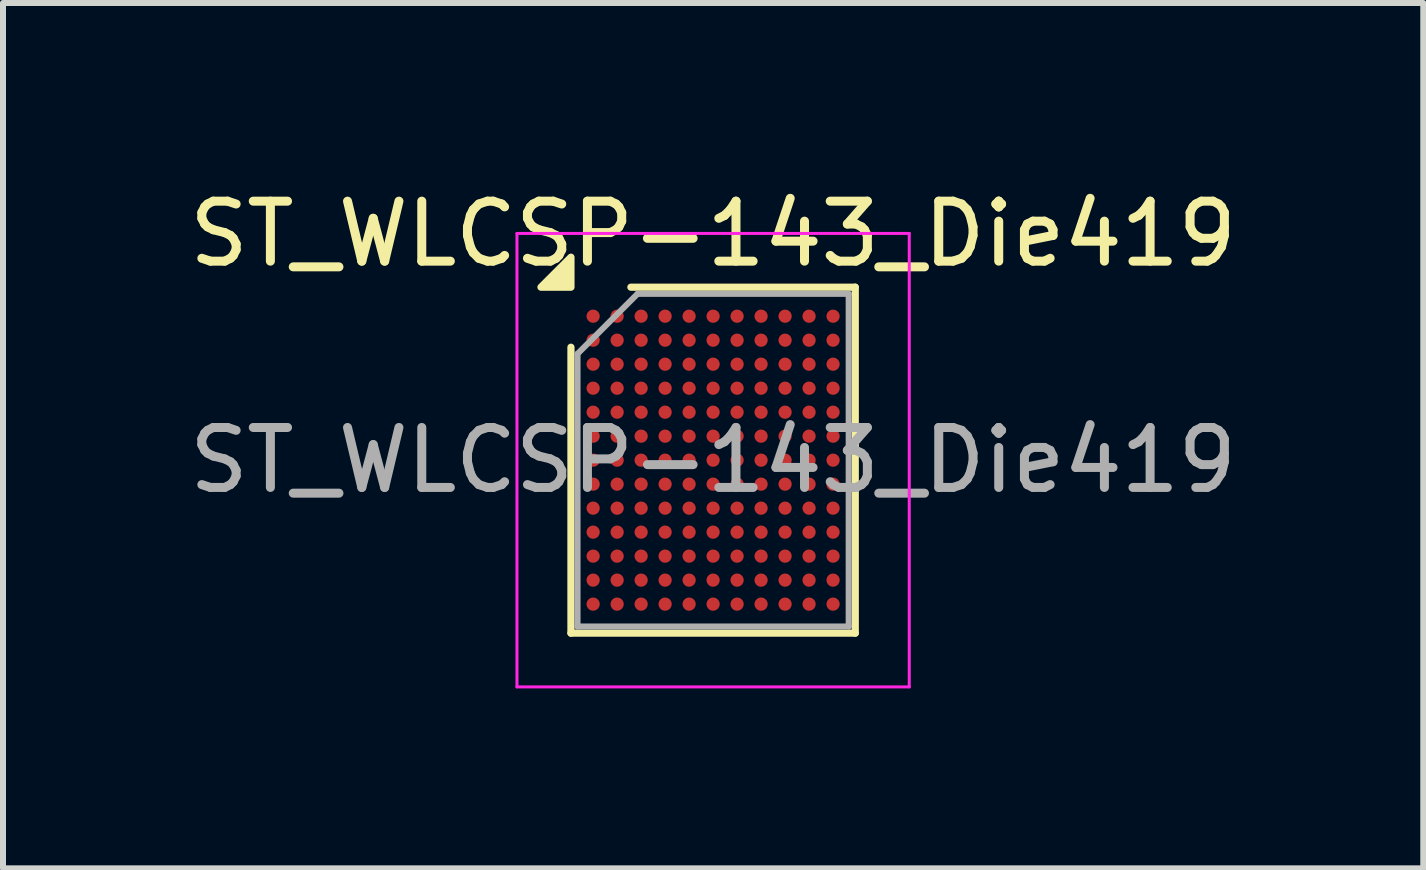
<source format=kicad_pcb>
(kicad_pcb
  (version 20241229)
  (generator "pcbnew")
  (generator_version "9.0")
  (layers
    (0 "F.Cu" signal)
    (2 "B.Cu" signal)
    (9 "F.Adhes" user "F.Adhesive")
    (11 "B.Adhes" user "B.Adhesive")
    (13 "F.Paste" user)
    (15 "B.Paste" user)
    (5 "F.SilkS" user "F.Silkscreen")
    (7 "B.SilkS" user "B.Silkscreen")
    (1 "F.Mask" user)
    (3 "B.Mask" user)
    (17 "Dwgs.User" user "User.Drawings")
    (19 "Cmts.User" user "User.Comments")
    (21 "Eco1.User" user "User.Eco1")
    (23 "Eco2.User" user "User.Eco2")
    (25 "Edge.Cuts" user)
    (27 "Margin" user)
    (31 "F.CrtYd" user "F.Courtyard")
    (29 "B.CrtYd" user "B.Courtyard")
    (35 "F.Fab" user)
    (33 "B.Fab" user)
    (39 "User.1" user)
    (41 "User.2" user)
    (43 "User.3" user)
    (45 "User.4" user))
  (footprint "ST_WLCSP-143_Die419"
    (layer "F.Cu")
    (at 8.839 4.622)
    (property "Reference" "ST_WLCSP-143_Die419" (at 0 -3.773 0) (layer "F.SilkS") (effects (font (size 1 1) (thickness 0.15))))
    (attr smd)
    (fp_line (start -2.37 2.884) (end -2.37 -1.883) (stroke (width 0.12) (type solid)) (layer "F.SilkS"))
    (fp_line (start -1.371 -2.884) (end 2.37 -2.884) (stroke (width 0.12) (type solid)) (layer "F.SilkS"))
    (fp_line (start 2.37 -2.884) (end 2.37 2.884) (stroke (width 0.12) (type solid)) (layer "F.SilkS"))
    (fp_line (start 2.37 2.884) (end -2.37 2.884) (stroke (width 0.12) (type solid)) (layer "F.SilkS"))
    (fp_poly (pts (xy -2.37 -2.884) (xy -2.87 -2.884) (xy -2.37 -3.384)) (stroke (width 0.12) (type solid)) (fill yes) (layer "F.SilkS"))
    (fp_line (start -3.27 -3.78) (end -3.27 3.78) (stroke (width 0.05) (type solid)) (layer "F.CrtYd"))
    (fp_line (start -3.27 3.78) (end 3.27 3.78) (stroke (width 0.05) (type solid)) (layer "F.CrtYd"))
    (fp_line (start 3.27 -3.78) (end -3.27 -3.78) (stroke (width 0.05) (type solid)) (layer "F.CrtYd"))
    (fp_line (start 3.27 3.78) (end 3.27 -3.78) (stroke (width 0.05) (type solid)) (layer "F.CrtYd"))
    (fp_line (start -2.26 -1.774) (end -1.26 -2.773) (stroke (width 0.1) (type solid)) (layer "F.Fab"))
    (fp_line (start -2.26 2.773) (end -2.26 -1.774) (stroke (width 0.1) (type solid)) (layer "F.Fab"))
    (fp_line (start -1.26 -2.773) (end 2.26 -2.773) (stroke (width 0.1) (type solid)) (layer "F.Fab"))
    (fp_line (start 2.26 -2.773) (end 2.26 2.773) (stroke (width 0.1) (type solid)) (layer "F.Fab"))
    (fp_line (start 2.26 2.773) (end -2.26 2.773) (stroke (width 0.1) (type solid)) (layer "F.Fab"))
    (fp_text user "${REFERENCE}" (at 0 0 0) (layer "F.Fab") (effects (font (size 1 1) (thickness 0.15))))
    (pad "A1" smd circle (at -2 -2.4) (size 0.22 0.22) (property pad_prop_bga) (layers "F.Cu" "F.Mask" "F.Paste"))
    (pad "A2" smd circle (at -1.6 -2.4) (size 0.22 0.22) (property pad_prop_bga) (layers "F.Cu" "F.Mask" "F.Paste"))
    (pad "A3" smd circle (at -1.2 -2.4) (size 0.22 0.22) (property pad_prop_bga) (layers "F.Cu" "F.Mask" "F.Paste"))
    (pad "A4" smd circle (at -0.8 -2.4) (size 0.22 0.22) (property pad_prop_bga) (layers "F.Cu" "F.Mask" "F.Paste"))
    (pad "A5" smd circle (at -0.4 -2.4) (size 0.22 0.22) (property pad_prop_bga) (layers "F.Cu" "F.Mask" "F.Paste"))
    (pad "A6" smd circle (at 0 -2.4) (size 0.22 0.22) (property pad_prop_bga) (layers "F.Cu" "F.Mask" "F.Paste"))
    (pad "A7" smd circle (at 0.4 -2.4) (size 0.22 0.22) (property pad_prop_bga) (layers "F.Cu" "F.Mask" "F.Paste"))
    (pad "A8" smd circle (at 0.8 -2.4) (size 0.22 0.22) (property pad_prop_bga) (layers "F.Cu" "F.Mask" "F.Paste"))
    (pad "A9" smd circle (at 1.2 -2.4) (size 0.22 0.22) (property pad_prop_bga) (layers "F.Cu" "F.Mask" "F.Paste"))
    (pad "A10" smd circle (at 1.6 -2.4) (size 0.22 0.22) (property pad_prop_bga) (layers "F.Cu" "F.Mask" "F.Paste"))
    (pad "A11" smd circle (at 2 -2.4) (size 0.22 0.22) (property pad_prop_bga) (layers "F.Cu" "F.Mask" "F.Paste"))
    (pad "B1" smd circle (at -2 -2) (size 0.22 0.22) (property pad_prop_bga) (layers "F.Cu" "F.Mask" "F.Paste"))
    (pad "B2" smd circle (at -1.6 -2) (size 0.22 0.22) (property pad_prop_bga) (layers "F.Cu" "F.Mask" "F.Paste"))
    (pad "B3" smd circle (at -1.2 -2) (size 0.22 0.22) (property pad_prop_bga) (layers "F.Cu" "F.Mask" "F.Paste"))
    (pad "B4" smd circle (at -0.8 -2) (size 0.22 0.22) (property pad_prop_bga) (layers "F.Cu" "F.Mask" "F.Paste"))
    (pad "B5" smd circle (at -0.4 -2) (size 0.22 0.22) (property pad_prop_bga) (layers "F.Cu" "F.Mask" "F.Paste"))
    (pad "B6" smd circle (at 0 -2) (size 0.22 0.22) (property pad_prop_bga) (layers "F.Cu" "F.Mask" "F.Paste"))
    (pad "B7" smd circle (at 0.4 -2) (size 0.22 0.22) (property pad_prop_bga) (layers "F.Cu" "F.Mask" "F.Paste"))
    (pad "B8" smd circle (at 0.8 -2) (size 0.22 0.22) (property pad_prop_bga) (layers "F.Cu" "F.Mask" "F.Paste"))
    (pad "B9" smd circle (at 1.2 -2) (size 0.22 0.22) (property pad_prop_bga) (layers "F.Cu" "F.Mask" "F.Paste"))
    (pad "B10" smd circle (at 1.6 -2) (size 0.22 0.22) (property pad_prop_bga) (layers "F.Cu" "F.Mask" "F.Paste"))
    (pad "B11" smd circle (at 2 -2) (size 0.22 0.22) (property pad_prop_bga) (layers "F.Cu" "F.Mask" "F.Paste"))
    (pad "C1" smd circle (at -2 -1.6) (size 0.22 0.22) (property pad_prop_bga) (layers "F.Cu" "F.Mask" "F.Paste"))
    (pad "C2" smd circle (at -1.6 -1.6) (size 0.22 0.22) (property pad_prop_bga) (layers "F.Cu" "F.Mask" "F.Paste"))
    (pad "C3" smd circle (at -1.2 -1.6) (size 0.22 0.22) (property pad_prop_bga) (layers "F.Cu" "F.Mask" "F.Paste"))
    (pad "C4" smd circle (at -0.8 -1.6) (size 0.22 0.22) (property pad_prop_bga) (layers "F.Cu" "F.Mask" "F.Paste"))
    (pad "C5" smd circle (at -0.4 -1.6) (size 0.22 0.22) (property pad_prop_bga) (layers "F.Cu" "F.Mask" "F.Paste"))
    (pad "C6" smd circle (at 0 -1.6) (size 0.22 0.22) (property pad_prop_bga) (layers "F.Cu" "F.Mask" "F.Paste"))
    (pad "C7" smd circle (at 0.4 -1.6) (size 0.22 0.22) (property pad_prop_bga) (layers "F.Cu" "F.Mask" "F.Paste"))
    (pad "C8" smd circle (at 0.8 -1.6) (size 0.22 0.22) (property pad_prop_bga) (layers "F.Cu" "F.Mask" "F.Paste"))
    (pad "C9" smd circle (at 1.2 -1.6) (size 0.22 0.22) (property pad_prop_bga) (layers "F.Cu" "F.Mask" "F.Paste"))
    (pad "C10" smd circle (at 1.6 -1.6) (size 0.22 0.22) (property pad_prop_bga) (layers "F.Cu" "F.Mask" "F.Paste"))
    (pad "C11" smd circle (at 2 -1.6) (size 0.22 0.22) (property pad_prop_bga) (layers "F.Cu" "F.Mask" "F.Paste"))
    (pad "D1" smd circle (at -2 -1.2) (size 0.22 0.22) (property pad_prop_bga) (layers "F.Cu" "F.Mask" "F.Paste"))
    (pad "D2" smd circle (at -1.6 -1.2) (size 0.22 0.22) (property pad_prop_bga) (layers "F.Cu" "F.Mask" "F.Paste"))
    (pad "D3" smd circle (at -1.2 -1.2) (size 0.22 0.22) (property pad_prop_bga) (layers "F.Cu" "F.Mask" "F.Paste"))
    (pad "D4" smd circle (at -0.8 -1.2) (size 0.22 0.22) (property pad_prop_bga) (layers "F.Cu" "F.Mask" "F.Paste"))
    (pad "D5" smd circle (at -0.4 -1.2) (size 0.22 0.22) (property pad_prop_bga) (layers "F.Cu" "F.Mask" "F.Paste"))
    (pad "D6" smd circle (at 0 -1.2) (size 0.22 0.22) (property pad_prop_bga) (layers "F.Cu" "F.Mask" "F.Paste"))
    (pad "D7" smd circle (at 0.4 -1.2) (size 0.22 0.22) (property pad_prop_bga) (layers "F.Cu" "F.Mask" "F.Paste"))
    (pad "D8" smd circle (at 0.8 -1.2) (size 0.22 0.22) (property pad_prop_bga) (layers "F.Cu" "F.Mask" "F.Paste"))
    (pad "D9" smd circle (at 1.2 -1.2) (size 0.22 0.22) (property pad_prop_bga) (layers "F.Cu" "F.Mask" "F.Paste"))
    (pad "D10" smd circle (at 1.6 -1.2) (size 0.22 0.22) (property pad_prop_bga) (layers "F.Cu" "F.Mask" "F.Paste"))
    (pad "D11" smd circle (at 2 -1.2) (size 0.22 0.22) (property pad_prop_bga) (layers "F.Cu" "F.Mask" "F.Paste"))
    (pad "E1" smd circle (at -2 -0.8) (size 0.22 0.22) (property pad_prop_bga) (layers "F.Cu" "F.Mask" "F.Paste"))
    (pad "E2" smd circle (at -1.6 -0.8) (size 0.22 0.22) (property pad_prop_bga) (layers "F.Cu" "F.Mask" "F.Paste"))
    (pad "E3" smd circle (at -1.2 -0.8) (size 0.22 0.22) (property pad_prop_bga) (layers "F.Cu" "F.Mask" "F.Paste"))
    (pad "E4" smd circle (at -0.8 -0.8) (size 0.22 0.22) (property pad_prop_bga) (layers "F.Cu" "F.Mask" "F.Paste"))
    (pad "E5" smd circle (at -0.4 -0.8) (size 0.22 0.22) (property pad_prop_bga) (layers "F.Cu" "F.Mask" "F.Paste"))
    (pad "E6" smd circle (at 0 -0.8) (size 0.22 0.22) (property pad_prop_bga) (layers "F.Cu" "F.Mask" "F.Paste"))
    (pad "E7" smd circle (at 0.4 -0.8) (size 0.22 0.22) (property pad_prop_bga) (layers "F.Cu" "F.Mask" "F.Paste"))
    (pad "E8" smd circle (at 0.8 -0.8) (size 0.22 0.22) (property pad_prop_bga) (layers "F.Cu" "F.Mask" "F.Paste"))
    (pad "E9" smd circle (at 1.2 -0.8) (size 0.22 0.22) (property pad_prop_bga) (layers "F.Cu" "F.Mask" "F.Paste"))
    (pad "E10" smd circle (at 1.6 -0.8) (size 0.22 0.22) (property pad_prop_bga) (layers "F.Cu" "F.Mask" "F.Paste"))
    (pad "E11" smd circle (at 2 -0.8) (size 0.22 0.22) (property pad_prop_bga) (layers "F.Cu" "F.Mask" "F.Paste"))
    (pad "F1" smd circle (at -2 -0.4) (size 0.22 0.22) (property pad_prop_bga) (layers "F.Cu" "F.Mask" "F.Paste"))
    (pad "F2" smd circle (at -1.6 -0.4) (size 0.22 0.22) (property pad_prop_bga) (layers "F.Cu" "F.Mask" "F.Paste"))
    (pad "F3" smd circle (at -1.2 -0.4) (size 0.22 0.22) (property pad_prop_bga) (layers "F.Cu" "F.Mask" "F.Paste"))
    (pad "F4" smd circle (at -0.8 -0.4) (size 0.22 0.22) (property pad_prop_bga) (layers "F.Cu" "F.Mask" "F.Paste"))
    (pad "F5" smd circle (at -0.4 -0.4) (size 0.22 0.22) (property pad_prop_bga) (layers "F.Cu" "F.Mask" "F.Paste"))
    (pad "F6" smd circle (at 0 -0.4) (size 0.22 0.22) (property pad_prop_bga) (layers "F.Cu" "F.Mask" "F.Paste"))
    (pad "F7" smd circle (at 0.4 -0.4) (size 0.22 0.22) (property pad_prop_bga) (layers "F.Cu" "F.Mask" "F.Paste"))
    (pad "F8" smd circle (at 0.8 -0.4) (size 0.22 0.22) (property pad_prop_bga) (layers "F.Cu" "F.Mask" "F.Paste"))
    (pad "F9" smd circle (at 1.2 -0.4) (size 0.22 0.22) (property pad_prop_bga) (layers "F.Cu" "F.Mask" "F.Paste"))
    (pad "F10" smd circle (at 1.6 -0.4) (size 0.22 0.22) (property pad_prop_bga) (layers "F.Cu" "F.Mask" "F.Paste"))
    (pad "F11" smd circle (at 2 -0.4) (size 0.22 0.22) (property pad_prop_bga) (layers "F.Cu" "F.Mask" "F.Paste"))
    (pad "G1" smd circle (at -2 0) (size 0.22 0.22) (property pad_prop_bga) (layers "F.Cu" "F.Mask" "F.Paste"))
    (pad "G2" smd circle (at -1.6 0) (size 0.22 0.22) (property pad_prop_bga) (layers "F.Cu" "F.Mask" "F.Paste"))
    (pad "G3" smd circle (at -1.2 0) (size 0.22 0.22) (property pad_prop_bga) (layers "F.Cu" "F.Mask" "F.Paste"))
    (pad "G4" smd circle (at -0.8 0) (size 0.22 0.22) (property pad_prop_bga) (layers "F.Cu" "F.Mask" "F.Paste"))
    (pad "G5" smd circle (at -0.4 0) (size 0.22 0.22) (property pad_prop_bga) (layers "F.Cu" "F.Mask" "F.Paste"))
    (pad "G6" smd circle (at 0 0) (size 0.22 0.22) (property pad_prop_bga) (layers "F.Cu" "F.Mask" "F.Paste"))
    (pad "G7" smd circle (at 0.4 0) (size 0.22 0.22) (property pad_prop_bga) (layers "F.Cu" "F.Mask" "F.Paste"))
    (pad "G8" smd circle (at 0.8 0) (size 0.22 0.22) (property pad_prop_bga) (layers "F.Cu" "F.Mask" "F.Paste"))
    (pad "G9" smd circle (at 1.2 0) (size 0.22 0.22) (property pad_prop_bga) (layers "F.Cu" "F.Mask" "F.Paste"))
    (pad "G10" smd circle (at 1.6 0) (size 0.22 0.22) (property pad_prop_bga) (layers "F.Cu" "F.Mask" "F.Paste"))
    (pad "G11" smd circle (at 2 0) (size 0.22 0.22) (property pad_prop_bga) (layers "F.Cu" "F.Mask" "F.Paste"))
    (pad "H1" smd circle (at -2 0.4) (size 0.22 0.22) (property pad_prop_bga) (layers "F.Cu" "F.Mask" "F.Paste"))
    (pad "H2" smd circle (at -1.6 0.4) (size 0.22 0.22) (property pad_prop_bga) (layers "F.Cu" "F.Mask" "F.Paste"))
    (pad "H3" smd circle (at -1.2 0.4) (size 0.22 0.22) (property pad_prop_bga) (layers "F.Cu" "F.Mask" "F.Paste"))
    (pad "H4" smd circle (at -0.8 0.4) (size 0.22 0.22) (property pad_prop_bga) (layers "F.Cu" "F.Mask" "F.Paste"))
    (pad "H5" smd circle (at -0.4 0.4) (size 0.22 0.22) (property pad_prop_bga) (layers "F.Cu" "F.Mask" "F.Paste"))
    (pad "H6" smd circle (at 0 0.4) (size 0.22 0.22) (property pad_prop_bga) (layers "F.Cu" "F.Mask" "F.Paste"))
    (pad "H7" smd circle (at 0.4 0.4) (size 0.22 0.22) (property pad_prop_bga) (layers "F.Cu" "F.Mask" "F.Paste"))
    (pad "H8" smd circle (at 0.8 0.4) (size 0.22 0.22) (property pad_prop_bga) (layers "F.Cu" "F.Mask" "F.Paste"))
    (pad "H9" smd circle (at 1.2 0.4) (size 0.22 0.22) (property pad_prop_bga) (layers "F.Cu" "F.Mask" "F.Paste"))
    (pad "H10" smd circle (at 1.6 0.4) (size 0.22 0.22) (property pad_prop_bga) (layers "F.Cu" "F.Mask" "F.Paste"))
    (pad "H11" smd circle (at 2 0.4) (size 0.22 0.22) (property pad_prop_bga) (layers "F.Cu" "F.Mask" "F.Paste"))
    (pad "J1" smd circle (at -2 0.8) (size 0.22 0.22) (property pad_prop_bga) (layers "F.Cu" "F.Mask" "F.Paste"))
    (pad "J2" smd circle (at -1.6 0.8) (size 0.22 0.22) (property pad_prop_bga) (layers "F.Cu" "F.Mask" "F.Paste"))
    (pad "J3" smd circle (at -1.2 0.8) (size 0.22 0.22) (property pad_prop_bga) (layers "F.Cu" "F.Mask" "F.Paste"))
    (pad "J4" smd circle (at -0.8 0.8) (size 0.22 0.22) (property pad_prop_bga) (layers "F.Cu" "F.Mask" "F.Paste"))
    (pad "J5" smd circle (at -0.4 0.8) (size 0.22 0.22) (property pad_prop_bga) (layers "F.Cu" "F.Mask" "F.Paste"))
    (pad "J6" smd circle (at 0 0.8) (size 0.22 0.22) (property pad_prop_bga) (layers "F.Cu" "F.Mask" "F.Paste"))
    (pad "J7" smd circle (at 0.4 0.8) (size 0.22 0.22) (property pad_prop_bga) (layers "F.Cu" "F.Mask" "F.Paste"))
    (pad "J8" smd circle (at 0.8 0.8) (size 0.22 0.22) (property pad_prop_bga) (layers "F.Cu" "F.Mask" "F.Paste"))
    (pad "J9" smd circle (at 1.2 0.8) (size 0.22 0.22) (property pad_prop_bga) (layers "F.Cu" "F.Mask" "F.Paste"))
    (pad "J10" smd circle (at 1.6 0.8) (size 0.22 0.22) (property pad_prop_bga) (layers "F.Cu" "F.Mask" "F.Paste"))
    (pad "J11" smd circle (at 2 0.8) (size 0.22 0.22) (property pad_prop_bga) (layers "F.Cu" "F.Mask" "F.Paste"))
    (pad "K1" smd circle (at -2 1.2) (size 0.22 0.22) (property pad_prop_bga) (layers "F.Cu" "F.Mask" "F.Paste"))
    (pad "K2" smd circle (at -1.6 1.2) (size 0.22 0.22) (property pad_prop_bga) (layers "F.Cu" "F.Mask" "F.Paste"))
    (pad "K3" smd circle (at -1.2 1.2) (size 0.22 0.22) (property pad_prop_bga) (layers "F.Cu" "F.Mask" "F.Paste"))
    (pad "K4" smd circle (at -0.8 1.2) (size 0.22 0.22) (property pad_prop_bga) (layers "F.Cu" "F.Mask" "F.Paste"))
    (pad "K5" smd circle (at -0.4 1.2) (size 0.22 0.22) (property pad_prop_bga) (layers "F.Cu" "F.Mask" "F.Paste"))
    (pad "K6" smd circle (at 0 1.2) (size 0.22 0.22) (property pad_prop_bga) (layers "F.Cu" "F.Mask" "F.Paste"))
    (pad "K7" smd circle (at 0.4 1.2) (size 0.22 0.22) (property pad_prop_bga) (layers "F.Cu" "F.Mask" "F.Paste"))
    (pad "K8" smd circle (at 0.8 1.2) (size 0.22 0.22) (property pad_prop_bga) (layers "F.Cu" "F.Mask" "F.Paste"))
    (pad "K9" smd circle (at 1.2 1.2) (size 0.22 0.22) (property pad_prop_bga) (layers "F.Cu" "F.Mask" "F.Paste"))
    (pad "K10" smd circle (at 1.6 1.2) (size 0.22 0.22) (property pad_prop_bga) (layers "F.Cu" "F.Mask" "F.Paste"))
    (pad "K11" smd circle (at 2 1.2) (size 0.22 0.22) (property pad_prop_bga) (layers "F.Cu" "F.Mask" "F.Paste"))
    (pad "L1" smd circle (at -2 1.6) (size 0.22 0.22) (property pad_prop_bga) (layers "F.Cu" "F.Mask" "F.Paste"))
    (pad "L2" smd circle (at -1.6 1.6) (size 0.22 0.22) (property pad_prop_bga) (layers "F.Cu" "F.Mask" "F.Paste"))
    (pad "L3" smd circle (at -1.2 1.6) (size 0.22 0.22) (property pad_prop_bga) (layers "F.Cu" "F.Mask" "F.Paste"))
    (pad "L4" smd circle (at -0.8 1.6) (size 0.22 0.22) (property pad_prop_bga) (layers "F.Cu" "F.Mask" "F.Paste"))
    (pad "L5" smd circle (at -0.4 1.6) (size 0.22 0.22) (property pad_prop_bga) (layers "F.Cu" "F.Mask" "F.Paste"))
    (pad "L6" smd circle (at 0 1.6) (size 0.22 0.22) (property pad_prop_bga) (layers "F.Cu" "F.Mask" "F.Paste"))
    (pad "L7" smd circle (at 0.4 1.6) (size 0.22 0.22) (property pad_prop_bga) (layers "F.Cu" "F.Mask" "F.Paste"))
    (pad "L8" smd circle (at 0.8 1.6) (size 0.22 0.22) (property pad_prop_bga) (layers "F.Cu" "F.Mask" "F.Paste"))
    (pad "L9" smd circle (at 1.2 1.6) (size 0.22 0.22) (property pad_prop_bga) (layers "F.Cu" "F.Mask" "F.Paste"))
    (pad "L10" smd circle (at 1.6 1.6) (size 0.22 0.22) (property pad_prop_bga) (layers "F.Cu" "F.Mask" "F.Paste"))
    (pad "L11" smd circle (at 2 1.6) (size 0.22 0.22) (property pad_prop_bga) (layers "F.Cu" "F.Mask" "F.Paste"))
    (pad "M1" smd circle (at -2 2) (size 0.22 0.22) (property pad_prop_bga) (layers "F.Cu" "F.Mask" "F.Paste"))
    (pad "M2" smd circle (at -1.6 2) (size 0.22 0.22) (property pad_prop_bga) (layers "F.Cu" "F.Mask" "F.Paste"))
    (pad "M3" smd circle (at -1.2 2) (size 0.22 0.22) (property pad_prop_bga) (layers "F.Cu" "F.Mask" "F.Paste"))
    (pad "M4" smd circle (at -0.8 2) (size 0.22 0.22) (property pad_prop_bga) (layers "F.Cu" "F.Mask" "F.Paste"))
    (pad "M5" smd circle (at -0.4 2) (size 0.22 0.22) (property pad_prop_bga) (layers "F.Cu" "F.Mask" "F.Paste"))
    (pad "M6" smd circle (at 0 2) (size 0.22 0.22) (property pad_prop_bga) (layers "F.Cu" "F.Mask" "F.Paste"))
    (pad "M7" smd circle (at 0.4 2) (size 0.22 0.22) (property pad_prop_bga) (layers "F.Cu" "F.Mask" "F.Paste"))
    (pad "M8" smd circle (at 0.8 2) (size 0.22 0.22) (property pad_prop_bga) (layers "F.Cu" "F.Mask" "F.Paste"))
    (pad "M9" smd circle (at 1.2 2) (size 0.22 0.22) (property pad_prop_bga) (layers "F.Cu" "F.Mask" "F.Paste"))
    (pad "M10" smd circle (at 1.6 2) (size 0.22 0.22) (property pad_prop_bga) (layers "F.Cu" "F.Mask" "F.Paste"))
    (pad "M11" smd circle (at 2 2) (size 0.22 0.22) (property pad_prop_bga) (layers "F.Cu" "F.Mask" "F.Paste"))
    (pad "N1" smd circle (at -2 2.4) (size 0.22 0.22) (property pad_prop_bga) (layers "F.Cu" "F.Mask" "F.Paste"))
    (pad "N2" smd circle (at -1.6 2.4) (size 0.22 0.22) (property pad_prop_bga) (layers "F.Cu" "F.Mask" "F.Paste"))
    (pad "N3" smd circle (at -1.2 2.4) (size 0.22 0.22) (property pad_prop_bga) (layers "F.Cu" "F.Mask" "F.Paste"))
    (pad "N4" smd circle (at -0.8 2.4) (size 0.22 0.22) (property pad_prop_bga) (layers "F.Cu" "F.Mask" "F.Paste"))
    (pad "N5" smd circle (at -0.4 2.4) (size 0.22 0.22) (property pad_prop_bga) (layers "F.Cu" "F.Mask" "F.Paste"))
    (pad "N6" smd circle (at 0 2.4) (size 0.22 0.22) (property pad_prop_bga) (layers "F.Cu" "F.Mask" "F.Paste"))
    (pad "N7" smd circle (at 0.4 2.4) (size 0.22 0.22) (property pad_prop_bga) (layers "F.Cu" "F.Mask" "F.Paste"))
    (pad "N8" smd circle (at 0.8 2.4) (size 0.22 0.22) (property pad_prop_bga) (layers "F.Cu" "F.Mask" "F.Paste"))
    (pad "N9" smd circle (at 1.2 2.4) (size 0.22 0.22) (property pad_prop_bga) (layers "F.Cu" "F.Mask" "F.Paste"))
    (pad "N10" smd circle (at 1.6 2.4) (size 0.22 0.22) (property pad_prop_bga) (layers "F.Cu" "F.Mask" "F.Paste"))
    (pad "N11" smd circle (at 2 2.4) (size 0.22 0.22) (property pad_prop_bga) (layers "F.Cu" "F.Mask" "F.Paste")))
  (gr_rect
    (start -3 -3)
    (end 20.679 11.427)
    (stroke (width 0.1) (type default))
    (fill no)
    (layer "Edge.Cuts")))
</source>
